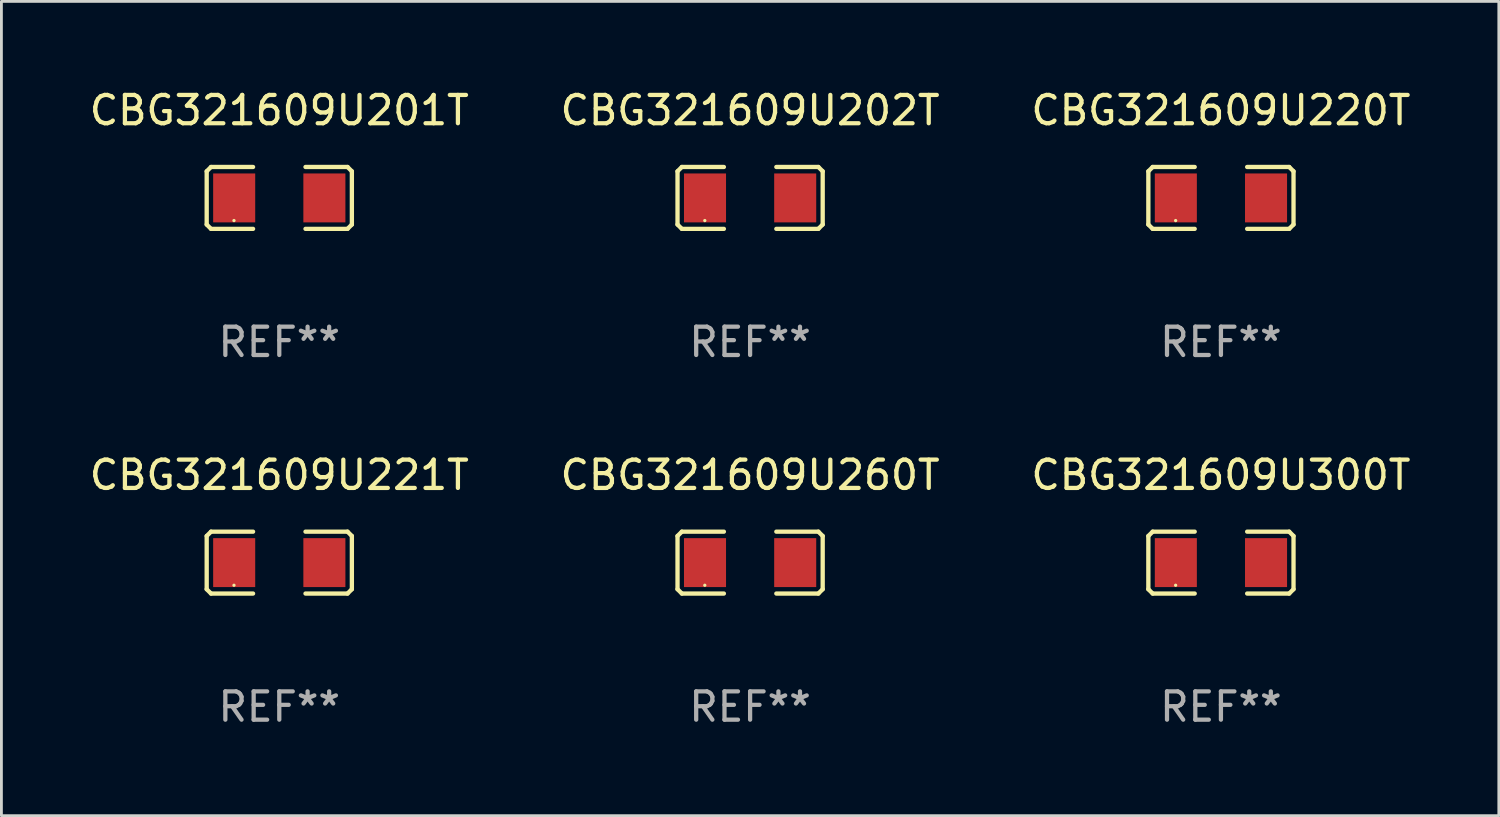
<source format=kicad_pcb>
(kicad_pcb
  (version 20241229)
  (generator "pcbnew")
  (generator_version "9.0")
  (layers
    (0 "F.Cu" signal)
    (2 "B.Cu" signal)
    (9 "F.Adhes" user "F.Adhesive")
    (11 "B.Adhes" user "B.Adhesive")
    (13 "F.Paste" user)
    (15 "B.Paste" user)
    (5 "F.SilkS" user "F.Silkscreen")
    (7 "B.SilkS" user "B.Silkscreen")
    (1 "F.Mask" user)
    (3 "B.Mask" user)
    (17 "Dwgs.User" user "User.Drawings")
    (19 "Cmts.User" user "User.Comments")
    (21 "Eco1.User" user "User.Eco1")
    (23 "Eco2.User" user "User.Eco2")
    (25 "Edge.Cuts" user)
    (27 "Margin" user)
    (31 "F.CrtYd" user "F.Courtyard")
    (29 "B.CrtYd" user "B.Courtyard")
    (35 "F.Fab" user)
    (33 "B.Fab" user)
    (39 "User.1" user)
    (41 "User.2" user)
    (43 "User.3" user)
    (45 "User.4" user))
  (footprint "CBG321609U221T"
    (layer "F.Cu")
    (at 6.815 16.823)
    (property "Reference" "CBG321609U221T" (at 0 -3.093 0) (layer "F.SilkS") (effects (font (size 1 1) (thickness 0.15))))
    (attr through_hole)
    (fp_line (start -2.564 -0.94) (end -2.411 -1.093) (stroke (width 0.152) (type solid)) (layer "F.SilkS"))
    (fp_line (start -2.564 0.94) (end -2.564 -0.94) (stroke (width 0.152) (type solid)) (layer "F.SilkS"))
    (fp_line (start -2.411 -1.093) (end -0.926 -1.093) (stroke (width 0.152) (type solid)) (layer "F.SilkS"))
    (fp_line (start -2.411 1.093) (end -2.564 0.94) (stroke (width 0.152) (type solid)) (layer "F.SilkS"))
    (fp_line (start -0.926 1.093) (end -2.411 1.093) (stroke (width 0.152) (type solid)) (layer "F.SilkS"))
    (fp_line (start 0.926 1.093) (end 2.411 1.093) (stroke (width 0.152) (type solid)) (layer "F.SilkS"))
    (fp_line (start 2.411 -1.093) (end 0.926 -1.093) (stroke (width 0.152) (type solid)) (layer "F.SilkS"))
    (fp_line (start 2.411 1.093) (end 2.564 0.94) (stroke (width 0.152) (type solid)) (layer "F.SilkS"))
    (fp_line (start 2.564 -0.94) (end 2.411 -1.093) (stroke (width 0.152) (type solid)) (layer "F.SilkS"))
    (fp_line (start 2.564 0.94) (end 2.564 -0.94) (stroke (width 0.152) (type solid)) (layer "F.SilkS"))
    (fp_circle (center -1.6 0.8) (end -1.57 0.8) (stroke (width 0.06) (type solid)) (fill no) (layer "F.SilkS"))
    (fp_text user "REF**" (at 0 5.093 0) (layer "F.Fab") (effects (font (size 1 1) (thickness 0.15))))
    (pad "1" smd rect (at -1.593 0) (size 1.485 1.728) (layers "F.Cu" "F.Mask" "F.Paste"))
    (pad "2" smd rect (at 1.593 0) (size 1.485 1.728) (layers "F.Cu" "F.Mask" "F.Paste")))
  (footprint "CBG321609U201T"
    (layer "F.Cu")
    (at 6.815 3.941)
    (property "Reference" "CBG321609U201T" (at 0 -3.093 0) (layer "F.SilkS") (effects (font (size 1 1) (thickness 0.15))))
    (attr through_hole)
    (fp_line (start -2.564 -0.94) (end -2.411 -1.093) (stroke (width 0.152) (type solid)) (layer "F.SilkS"))
    (fp_line (start -2.564 0.94) (end -2.564 -0.94) (stroke (width 0.152) (type solid)) (layer "F.SilkS"))
    (fp_line (start -2.411 -1.093) (end -0.926 -1.093) (stroke (width 0.152) (type solid)) (layer "F.SilkS"))
    (fp_line (start -2.411 1.093) (end -2.564 0.94) (stroke (width 0.152) (type solid)) (layer "F.SilkS"))
    (fp_line (start -0.926 1.093) (end -2.411 1.093) (stroke (width 0.152) (type solid)) (layer "F.SilkS"))
    (fp_line (start 0.926 1.093) (end 2.411 1.093) (stroke (width 0.152) (type solid)) (layer "F.SilkS"))
    (fp_line (start 2.411 -1.093) (end 0.926 -1.093) (stroke (width 0.152) (type solid)) (layer "F.SilkS"))
    (fp_line (start 2.411 1.093) (end 2.564 0.94) (stroke (width 0.152) (type solid)) (layer "F.SilkS"))
    (fp_line (start 2.564 -0.94) (end 2.411 -1.093) (stroke (width 0.152) (type solid)) (layer "F.SilkS"))
    (fp_line (start 2.564 0.94) (end 2.564 -0.94) (stroke (width 0.152) (type solid)) (layer "F.SilkS"))
    (fp_circle (center -1.6 0.8) (end -1.57 0.8) (stroke (width 0.06) (type solid)) (fill no) (layer "F.SilkS"))
    (fp_text user "REF**" (at 0 5.093 0) (layer "F.Fab") (effects (font (size 1 1) (thickness 0.15))))
    (pad "1" smd rect (at -1.593 0) (size 1.485 1.728) (layers "F.Cu" "F.Mask" "F.Paste"))
    (pad "2" smd rect (at 1.593 0) (size 1.485 1.728) (layers "F.Cu" "F.Mask" "F.Paste")))
  (footprint "CBG321609U220T"
    (layer "F.Cu")
    (at 40.077 3.941)
    (property "Reference" "CBG321609U220T" (at 0 -3.093 0) (layer "F.SilkS") (effects (font (size 1 1) (thickness 0.15))))
    (attr through_hole)
    (fp_line (start -2.564 -0.94) (end -2.411 -1.093) (stroke (width 0.152) (type solid)) (layer "F.SilkS"))
    (fp_line (start -2.564 0.94) (end -2.564 -0.94) (stroke (width 0.152) (type solid)) (layer "F.SilkS"))
    (fp_line (start -2.411 -1.093) (end -0.926 -1.093) (stroke (width 0.152) (type solid)) (layer "F.SilkS"))
    (fp_line (start -2.411 1.093) (end -2.564 0.94) (stroke (width 0.152) (type solid)) (layer "F.SilkS"))
    (fp_line (start -0.926 1.093) (end -2.411 1.093) (stroke (width 0.152) (type solid)) (layer "F.SilkS"))
    (fp_line (start 0.926 1.093) (end 2.411 1.093) (stroke (width 0.152) (type solid)) (layer "F.SilkS"))
    (fp_line (start 2.411 -1.093) (end 0.926 -1.093) (stroke (width 0.152) (type solid)) (layer "F.SilkS"))
    (fp_line (start 2.411 1.093) (end 2.564 0.94) (stroke (width 0.152) (type solid)) (layer "F.SilkS"))
    (fp_line (start 2.564 -0.94) (end 2.411 -1.093) (stroke (width 0.152) (type solid)) (layer "F.SilkS"))
    (fp_line (start 2.564 0.94) (end 2.564 -0.94) (stroke (width 0.152) (type solid)) (layer "F.SilkS"))
    (fp_circle (center -1.6 0.8) (end -1.57 0.8) (stroke (width 0.06) (type solid)) (fill no) (layer "F.SilkS"))
    (fp_text user "REF**" (at 0 5.093 0) (layer "F.Fab") (effects (font (size 1 1) (thickness 0.15))))
    (pad "1" smd rect (at -1.593 0) (size 1.485 1.728) (layers "F.Cu" "F.Mask" "F.Paste"))
    (pad "2" smd rect (at 1.593 0) (size 1.485 1.728) (layers "F.Cu" "F.Mask" "F.Paste")))
  (footprint "CBG321609U202T"
    (layer "F.Cu")
    (at 23.446 3.941)
    (property "Reference" "CBG321609U202T" (at 0 -3.093 0) (layer "F.SilkS") (effects (font (size 1 1) (thickness 0.15))))
    (attr through_hole)
    (fp_line (start -2.564 -0.94) (end -2.411 -1.093) (stroke (width 0.152) (type solid)) (layer "F.SilkS"))
    (fp_line (start -2.564 0.94) (end -2.564 -0.94) (stroke (width 0.152) (type solid)) (layer "F.SilkS"))
    (fp_line (start -2.411 -1.093) (end -0.926 -1.093) (stroke (width 0.152) (type solid)) (layer "F.SilkS"))
    (fp_line (start -2.411 1.093) (end -2.564 0.94) (stroke (width 0.152) (type solid)) (layer "F.SilkS"))
    (fp_line (start -0.926 1.093) (end -2.411 1.093) (stroke (width 0.152) (type solid)) (layer "F.SilkS"))
    (fp_line (start 0.926 1.093) (end 2.411 1.093) (stroke (width 0.152) (type solid)) (layer "F.SilkS"))
    (fp_line (start 2.411 -1.093) (end 0.926 -1.093) (stroke (width 0.152) (type solid)) (layer "F.SilkS"))
    (fp_line (start 2.411 1.093) (end 2.564 0.94) (stroke (width 0.152) (type solid)) (layer "F.SilkS"))
    (fp_line (start 2.564 -0.94) (end 2.411 -1.093) (stroke (width 0.152) (type solid)) (layer "F.SilkS"))
    (fp_line (start 2.564 0.94) (end 2.564 -0.94) (stroke (width 0.152) (type solid)) (layer "F.SilkS"))
    (fp_circle (center -1.6 0.8) (end -1.57 0.8) (stroke (width 0.06) (type solid)) (fill no) (layer "F.SilkS"))
    (fp_text user "REF**" (at 0 5.093 0) (layer "F.Fab") (effects (font (size 1 1) (thickness 0.15))))
    (pad "1" smd rect (at -1.593 0) (size 1.485 1.728) (layers "F.Cu" "F.Mask" "F.Paste"))
    (pad "2" smd rect (at 1.593 0) (size 1.485 1.728) (layers "F.Cu" "F.Mask" "F.Paste")))
  (footprint "CBG321609U300T"
    (layer "F.Cu")
    (at 40.077 16.823)
    (property "Reference" "CBG321609U300T" (at 0 -3.093 0) (layer "F.SilkS") (effects (font (size 1 1) (thickness 0.15))))
    (attr through_hole)
    (fp_line (start -2.564 -0.94) (end -2.411 -1.093) (stroke (width 0.152) (type solid)) (layer "F.SilkS"))
    (fp_line (start -2.564 0.94) (end -2.564 -0.94) (stroke (width 0.152) (type solid)) (layer "F.SilkS"))
    (fp_line (start -2.411 -1.093) (end -0.926 -1.093) (stroke (width 0.152) (type solid)) (layer "F.SilkS"))
    (fp_line (start -2.411 1.093) (end -2.564 0.94) (stroke (width 0.152) (type solid)) (layer "F.SilkS"))
    (fp_line (start -0.926 1.093) (end -2.411 1.093) (stroke (width 0.152) (type solid)) (layer "F.SilkS"))
    (fp_line (start 0.926 1.093) (end 2.411 1.093) (stroke (width 0.152) (type solid)) (layer "F.SilkS"))
    (fp_line (start 2.411 -1.093) (end 0.926 -1.093) (stroke (width 0.152) (type solid)) (layer "F.SilkS"))
    (fp_line (start 2.411 1.093) (end 2.564 0.94) (stroke (width 0.152) (type solid)) (layer "F.SilkS"))
    (fp_line (start 2.564 -0.94) (end 2.411 -1.093) (stroke (width 0.152) (type solid)) (layer "F.SilkS"))
    (fp_line (start 2.564 0.94) (end 2.564 -0.94) (stroke (width 0.152) (type solid)) (layer "F.SilkS"))
    (fp_circle (center -1.6 0.8) (end -1.57 0.8) (stroke (width 0.06) (type solid)) (fill no) (layer "F.SilkS"))
    (fp_text user "REF**" (at 0 5.093 0) (layer "F.Fab") (effects (font (size 1 1) (thickness 0.15))))
    (pad "1" smd rect (at -1.593 0) (size 1.485 1.728) (layers "F.Cu" "F.Mask" "F.Paste"))
    (pad "2" smd rect (at 1.593 0) (size 1.485 1.728) (layers "F.Cu" "F.Mask" "F.Paste")))
  (footprint "CBG321609U260T"
    (layer "F.Cu")
    (at 23.446 16.823)
    (property "Reference" "CBG321609U260T" (at 0 -3.093 0) (layer "F.SilkS") (effects (font (size 1 1) (thickness 0.15))))
    (attr through_hole)
    (fp_line (start -2.564 -0.94) (end -2.411 -1.093) (stroke (width 0.152) (type solid)) (layer "F.SilkS"))
    (fp_line (start -2.564 0.94) (end -2.564 -0.94) (stroke (width 0.152) (type solid)) (layer "F.SilkS"))
    (fp_line (start -2.411 -1.093) (end -0.926 -1.093) (stroke (width 0.152) (type solid)) (layer "F.SilkS"))
    (fp_line (start -2.411 1.093) (end -2.564 0.94) (stroke (width 0.152) (type solid)) (layer "F.SilkS"))
    (fp_line (start -0.926 1.093) (end -2.411 1.093) (stroke (width 0.152) (type solid)) (layer "F.SilkS"))
    (fp_line (start 0.926 1.093) (end 2.411 1.093) (stroke (width 0.152) (type solid)) (layer "F.SilkS"))
    (fp_line (start 2.411 -1.093) (end 0.926 -1.093) (stroke (width 0.152) (type solid)) (layer "F.SilkS"))
    (fp_line (start 2.411 1.093) (end 2.564 0.94) (stroke (width 0.152) (type solid)) (layer "F.SilkS"))
    (fp_line (start 2.564 -0.94) (end 2.411 -1.093) (stroke (width 0.152) (type solid)) (layer "F.SilkS"))
    (fp_line (start 2.564 0.94) (end 2.564 -0.94) (stroke (width 0.152) (type solid)) (layer "F.SilkS"))
    (fp_circle (center -1.6 0.8) (end -1.57 0.8) (stroke (width 0.06) (type solid)) (fill no) (layer "F.SilkS"))
    (fp_text user "REF**" (at 0 5.093 0) (layer "F.Fab") (effects (font (size 1 1) (thickness 0.15))))
    (pad "1" smd rect (at -1.593 0) (size 1.485 1.728) (layers "F.Cu" "F.Mask" "F.Paste"))
    (pad "2" smd rect (at 1.593 0) (size 1.485 1.728) (layers "F.Cu" "F.Mask" "F.Paste")))
  (gr_rect
    (start -3 -3)
    (end 49.893 25.763)
    (stroke (width 0.1) (type default))
    (fill no)
    (layer "Edge.Cuts")))
</source>
